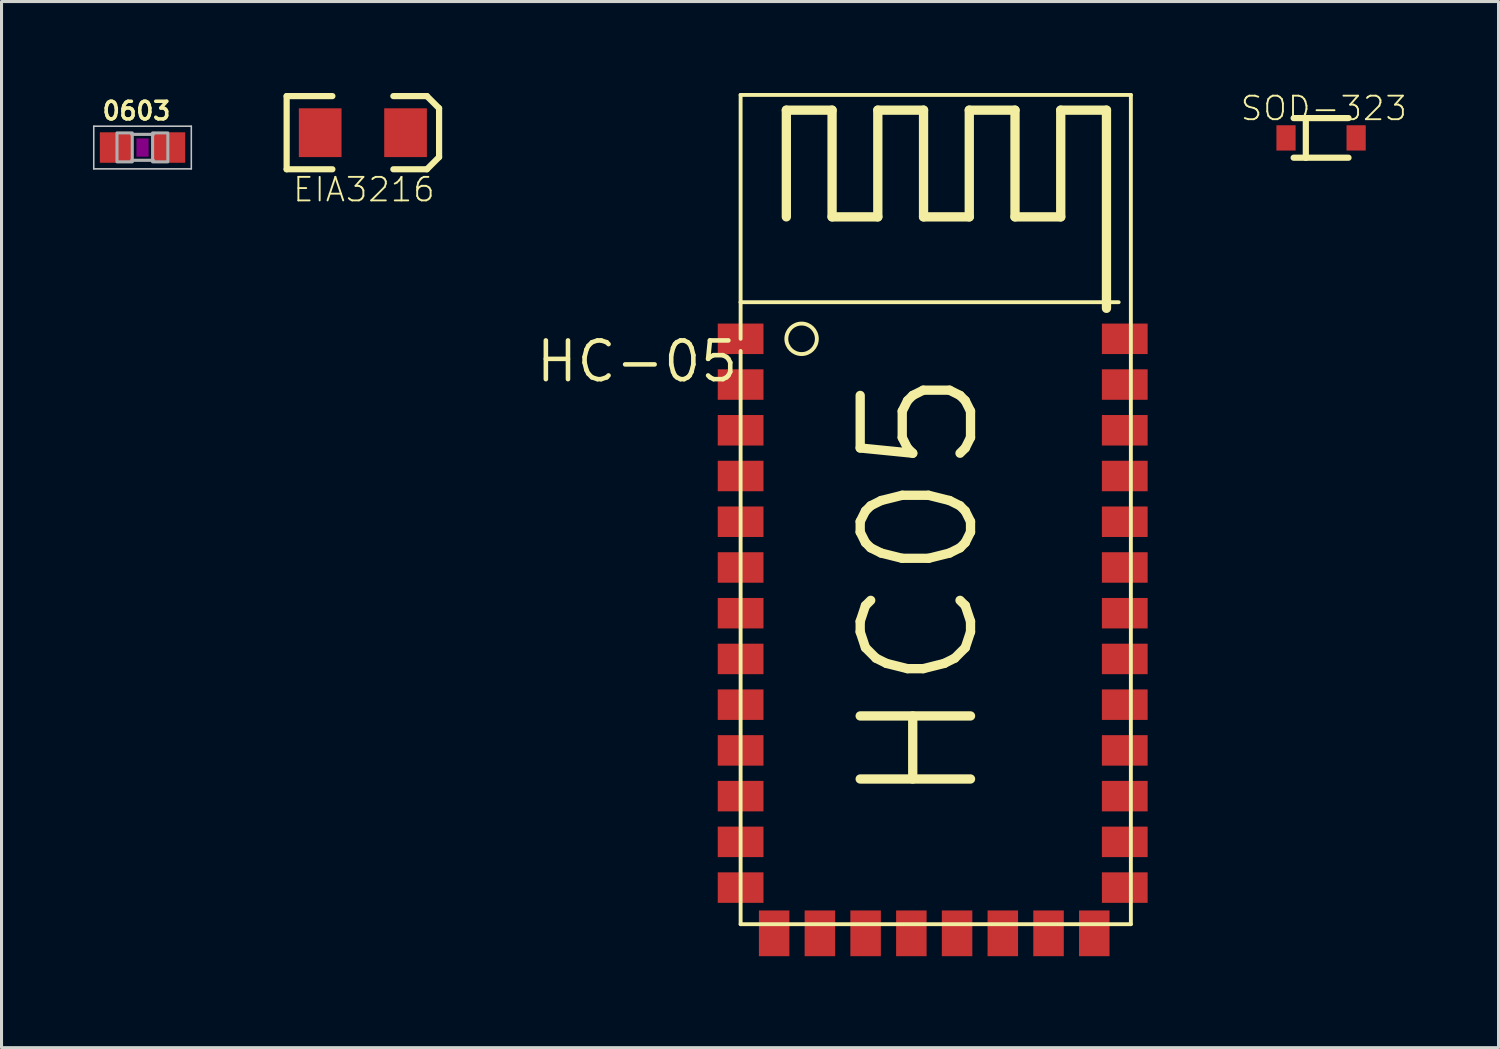
<source format=kicad_pcb>
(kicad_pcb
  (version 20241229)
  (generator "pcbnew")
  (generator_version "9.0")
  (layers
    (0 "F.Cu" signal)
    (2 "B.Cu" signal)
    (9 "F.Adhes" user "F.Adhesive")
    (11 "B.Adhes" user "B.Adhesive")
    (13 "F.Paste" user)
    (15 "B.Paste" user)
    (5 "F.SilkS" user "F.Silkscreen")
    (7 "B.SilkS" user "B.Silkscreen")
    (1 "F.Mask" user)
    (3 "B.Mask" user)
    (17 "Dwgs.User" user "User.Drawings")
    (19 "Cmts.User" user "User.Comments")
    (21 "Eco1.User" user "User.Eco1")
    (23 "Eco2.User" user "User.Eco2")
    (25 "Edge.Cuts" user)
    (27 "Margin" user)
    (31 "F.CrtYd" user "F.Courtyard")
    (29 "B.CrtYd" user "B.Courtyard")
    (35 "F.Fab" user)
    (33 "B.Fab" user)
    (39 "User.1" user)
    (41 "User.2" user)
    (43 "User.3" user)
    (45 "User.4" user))
  (footprint "EIA3216"
    (layer "F.Cu")
    (at 8.852 1.302)
    (property "Reference" "EIA3216" (at -2.34 2.319 0) (layer "F.SilkS") (effects (font (size 0.772 0.772) (thickness 0.062)) (justify left bottom)))
    (attr through_hole)
    (fp_line (start -2.5 -1.2) (end -1 -1.2) (stroke (width 0.203) (type solid)) (layer "F.SilkS"))
    (fp_line (start -2.5 1.2) (end -2.5 -1.2) (stroke (width 0.203) (type solid)) (layer "F.SilkS"))
    (fp_line (start -1 1.2) (end -2.5 1.2) (stroke (width 0.203) (type solid)) (layer "F.SilkS"))
    (fp_line (start 1 1.2) (end 2.1 1.2) (stroke (width 0.203) (type solid)) (layer "F.SilkS"))
    (fp_line (start 2.1 -1.2) (end 1 -1.2) (stroke (width 0.203) (type solid)) (layer "F.SilkS"))
    (fp_line (start 2.1 1.2) (end 2.5 0.8) (stroke (width 0.203) (type solid)) (layer "F.SilkS"))
    (fp_line (start 2.5 -0.8) (end 2.1 -1.2) (stroke (width 0.203) (type solid)) (layer "F.SilkS"))
    (fp_line (start 2.5 0.8) (end 2.5 -0.8) (stroke (width 0.203) (type solid)) (layer "F.SilkS"))
    (pad "A" smd rect (at 1.4 0 90) (size 1.6 1.4) (layers "F.Cu" "F.Mask" "F.Paste"))
    (pad "C" smd rect (at -1.4 0 90) (size 1.6 1.4) (layers "F.Cu" "F.Mask" "F.Paste")))
  (footprint "0603"
    (layer "F.Cu")
    (at 1.625 1.789)
    (property "Reference" "0603" (at -0.2 -0.862 0) (layer "F.SilkS") (effects (font (size 0.579 0.579) (thickness 0.116)) (justify bottom)))
    (attr through_hole)
    (fp_poly (pts (xy -0.2 0.3) (xy 0.2 0.3) (xy 0.2 -0.3) (xy -0.2 -0.3)) (stroke (width 0) (type solid)) (fill yes) (layer "F.Adhes"))
    (fp_line (start -1.6 -0.7) (end 1.6 -0.7) (stroke (width 0.051) (type solid)) (layer "Dwgs.User"))
    (fp_line (start -1.6 0.7) (end -1.6 -0.7) (stroke (width 0.051) (type solid)) (layer "Dwgs.User"))
    (fp_line (start 1.6 -0.7) (end 1.6 0.7) (stroke (width 0.051) (type solid)) (layer "Dwgs.User"))
    (fp_line (start 1.6 0.7) (end -1.6 0.7) (stroke (width 0.051) (type solid)) (layer "Dwgs.User"))
    (fp_line (start -0.356 -0.432) (end 0.356 -0.432) (stroke (width 0.102) (type solid)) (layer "F.Fab"))
    (fp_line (start -0.356 0.419) (end 0.356 0.419) (stroke (width 0.102) (type solid)) (layer "F.Fab"))
    (fp_poly (pts (xy -0.838 0.47) (xy -0.338 0.47) (xy -0.338 -0.48) (xy -0.838 -0.48)) (stroke (width 0.1) (type solid)) (fill no) (layer "F.Fab"))
    (fp_poly (pts (xy 0.33 0.47) (xy 0.83 0.47) (xy 0.83 -0.48) (xy 0.33 -0.48)) (stroke (width 0.1) (type solid)) (fill no) (layer "F.Fab"))
    (pad "1" smd rect (at -0.85 0) (size 1.1 1) (layers "F.Cu" "F.Mask" "F.Paste"))
    (pad "2" smd rect (at 0.85 0) (size 1.1 1) (layers "F.Cu" "F.Mask" "F.Paste")))
  (footprint "SOD-323"
    (layer "F.Cu")
    (at 40.281 1.473)
    (property "Reference" "SOD-323" (at -2.689 -0.516 0) (layer "F.SilkS") (effects (font (size 0.772 0.772) (thickness 0.062)) (justify left bottom)))
    (attr through_hole)
    (fp_line (start -0.9 -0.65) (end -0.5 -0.65) (stroke (width 0.203) (type solid)) (layer "F.SilkS"))
    (fp_line (start -0.9 0.65) (end -0.5 0.65) (stroke (width 0.203) (type solid)) (layer "F.SilkS"))
    (fp_line (start -0.5 -0.65) (end -0.5 0.65) (stroke (width 0.203) (type solid)) (layer "F.SilkS"))
    (fp_line (start -0.5 -0.65) (end 0.9 -0.65) (stroke (width 0.203) (type solid)) (layer "F.SilkS"))
    (fp_line (start -0.5 0.65) (end 0.9 0.65) (stroke (width 0.203) (type solid)) (layer "F.SilkS"))
    (pad "1" smd rect (at -1.15 0) (size 0.63 0.83) (layers "F.Cu" "F.Mask" "F.Paste"))
    (pad "2" smd rect (at 1.15 0) (size 0.63 0.83) (layers "F.Cu" "F.Mask" "F.Paste")))
  (footprint "HC-05"
    (layer "F.Cu")
    (at 21.242 8.063)
    (property "Reference" "HC-05" (at 0 0 0) (layer "F.SilkS") (effects (font (size 1.27 1.27) (thickness 0.15)) (justify right top)))
    (attr through_hole)
    (fp_line (start 0 -8) (end 12.8 -8) (stroke (width 0.127) (type solid)) (layer "F.SilkS"))
    (fp_line (start 0 -1.2) (end 0 -8) (stroke (width 0.127) (type solid)) (layer "F.SilkS"))
    (fp_line (start 0 -1.2) (end 12.4 -1.2) (stroke (width 0.127) (type solid)) (layer "F.SilkS"))
    (fp_line (start 0 0) (end 0 -1.2) (stroke (width 0.127) (type solid)) (layer "F.SilkS"))
    (fp_line (start 0 19.2) (end 0 0.4) (stroke (width 0.127) (type solid)) (layer "F.SilkS"))
    (fp_line (start 1.5 -7.5) (end 1.5 -4) (stroke (width 0.305) (type solid)) (layer "F.SilkS"))
    (fp_line (start 3 -7.5) (end 1.5 -7.5) (stroke (width 0.305) (type solid)) (layer "F.SilkS"))
    (fp_line (start 3 -4) (end 3 -7.5) (stroke (width 0.305) (type solid)) (layer "F.SilkS"))
    (fp_line (start 4.5 -7.5) (end 4.5 -4) (stroke (width 0.305) (type solid)) (layer "F.SilkS"))
    (fp_line (start 4.5 -4) (end 3 -4) (stroke (width 0.305) (type solid)) (layer "F.SilkS"))
    (fp_line (start 6 -7.5) (end 4.5 -7.5) (stroke (width 0.305) (type solid)) (layer "F.SilkS"))
    (fp_line (start 6 -4) (end 6 -7.5) (stroke (width 0.305) (type solid)) (layer "F.SilkS"))
    (fp_line (start 7.5 -7.5) (end 7.5 -4) (stroke (width 0.305) (type solid)) (layer "F.SilkS"))
    (fp_line (start 7.5 -4) (end 6 -4) (stroke (width 0.305) (type solid)) (layer "F.SilkS"))
    (fp_line (start 9 -7.5) (end 7.5 -7.5) (stroke (width 0.305) (type solid)) (layer "F.SilkS"))
    (fp_line (start 9 -4) (end 9 -7.5) (stroke (width 0.305) (type solid)) (layer "F.SilkS"))
    (fp_line (start 10.5 -7.5) (end 10.5 -4) (stroke (width 0.305) (type solid)) (layer "F.SilkS"))
    (fp_line (start 10.5 -4) (end 9 -4) (stroke (width 0.305) (type solid)) (layer "F.SilkS"))
    (fp_line (start 12 -7.5) (end 10.5 -7.5) (stroke (width 0.305) (type solid)) (layer "F.SilkS"))
    (fp_line (start 12 -1) (end 12 -7.5) (stroke (width 0.305) (type solid)) (layer "F.SilkS"))
    (fp_line (start 12.8 -8) (end 12.8 19.2) (stroke (width 0.127) (type solid)) (layer "F.SilkS"))
    (fp_line (start 12.8 19.2) (end 0 19.2) (stroke (width 0.127) (type solid)) (layer "F.SilkS"))
    (fp_circle (center 2 0) (end 2.5 0) (stroke (width 0.127) (type solid)) (fill no) (layer "F.SilkS"))
    (fp_text user "HC05" (at 8 15.5 90) (layer "F.SilkS") (effects (font (size 3.619 3.619) (thickness 0.305)) (justify left bottom)))
    (pad "3.3" smd rect (at 0 16.5) (size 1.5 1) (layers "F.Cu" "F.Mask" "F.Paste"))
    (pad "GND" smd rect (at 0 18) (size 1.5 1) (layers "F.Cu" "F.Mask" "F.Paste"))
    (pad "KEY" smd rect (at 12.6 0) (size 1.5 1) (layers "F.Cu" "F.Mask" "F.Paste"))
    (pad "P$3" smd rect (at 0 3) (size 1.5 1) (layers "F.Cu" "F.Mask" "F.Paste"))
    (pad "P$4" smd rect (at 0 4.5) (size 1.5 1) (layers "F.Cu" "F.Mask" "F.Paste"))
    (pad "P$5" smd rect (at 0 6) (size 1.5 1) (layers "F.Cu" "F.Mask" "F.Paste"))
    (pad "P$6" smd rect (at 0 7.5) (size 1.5 1) (layers "F.Cu" "F.Mask" "F.Paste"))
    (pad "P$7" smd rect (at 0 9) (size 1.5 1) (layers "F.Cu" "F.Mask" "F.Paste"))
    (pad "P$8" smd rect (at 0 10.5) (size 1.5 1) (layers "F.Cu" "F.Mask" "F.Paste"))
    (pad "P$9" smd rect (at 0 12) (size 1.5 1) (layers "F.Cu" "F.Mask" "F.Paste"))
    (pad "P$10" smd rect (at 0 13.5) (size 1.5 1) (layers "F.Cu" "F.Mask" "F.Paste"))
    (pad "P$11" smd rect (at 0 15) (size 1.5 1) (layers "F.Cu" "F.Mask" "F.Paste"))
    (pad "P$14" smd rect (at 1.1 19.5 90) (size 1.5 1) (layers "F.Cu" "F.Mask" "F.Paste"))
    (pad "P$15" smd rect (at 2.6 19.5 90) (size 1.5 1) (layers "F.Cu" "F.Mask" "F.Paste"))
    (pad "P$16" smd rect (at 4.1 19.5 90) (size 1.5 1) (layers "F.Cu" "F.Mask" "F.Paste"))
    (pad "P$17" smd rect (at 5.6 19.5 90) (size 1.5 1) (layers "F.Cu" "F.Mask" "F.Paste"))
    (pad "P$18" smd rect (at 7.1 19.5 90) (size 1.5 1) (layers "F.Cu" "F.Mask" "F.Paste"))
    (pad "P$19" smd rect (at 8.6 19.5 90) (size 1.5 1) (layers "F.Cu" "F.Mask" "F.Paste"))
    (pad "P$20" smd rect (at 10.1 19.5 90) (size 1.5 1) (layers "F.Cu" "F.Mask" "F.Paste"))
    (pad "P$21" smd rect (at 11.6 19.5 90) (size 1.5 1) (layers "F.Cu" "F.Mask" "F.Paste"))
    (pad "P$23" smd rect (at 12.6 1.5) (size 1.5 1) (layers "F.Cu" "F.Mask" "F.Paste"))
    (pad "P$24" smd rect (at 12.6 3) (size 1.5 1) (layers "F.Cu" "F.Mask" "F.Paste"))
    (pad "P$25" smd rect (at 12.6 4.5) (size 1.5 1) (layers "F.Cu" "F.Mask" "F.Paste"))
    (pad "P$26" smd rect (at 12.6 6) (size 1.5 1) (layers "F.Cu" "F.Mask" "F.Paste"))
    (pad "P$27" smd rect (at 12.6 7.5) (size 1.5 1) (layers "F.Cu" "F.Mask" "F.Paste"))
    (pad "P$28" smd rect (at 12.6 9) (size 1.5 1) (layers "F.Cu" "F.Mask" "F.Paste"))
    (pad "P$29" smd rect (at 12.6 10.5) (size 1.5 1) (layers "F.Cu" "F.Mask" "F.Paste"))
    (pad "P$30" smd rect (at 12.6 12) (size 1.5 1) (layers "F.Cu" "F.Mask" "F.Paste"))
    (pad "P$31" smd rect (at 12.6 13.5) (size 1.5 1) (layers "F.Cu" "F.Mask" "F.Paste"))
    (pad "P$32" smd rect (at 12.6 15) (size 1.5 1) (layers "F.Cu" "F.Mask" "F.Paste"))
    (pad "P$33" smd rect (at 12.6 16.5) (size 1.5 1) (layers "F.Cu" "F.Mask" "F.Paste"))
    (pad "P$34" smd rect (at 12.6 18) (size 1.5 1) (layers "F.Cu" "F.Mask" "F.Paste"))
    (pad "RX" smd rect (at 0 1.5) (size 1.5 1) (layers "F.Cu" "F.Mask" "F.Paste"))
    (pad "TX" smd rect (at 0 0) (size 1.5 1) (layers "F.Cu" "F.Mask" "F.Paste")))
  (gr_rect
    (start -3 -3)
    (end 46.101 31.314)
    (stroke (width 0.1) (type default))
    (fill no)
    (layer "Edge.Cuts")))
</source>
